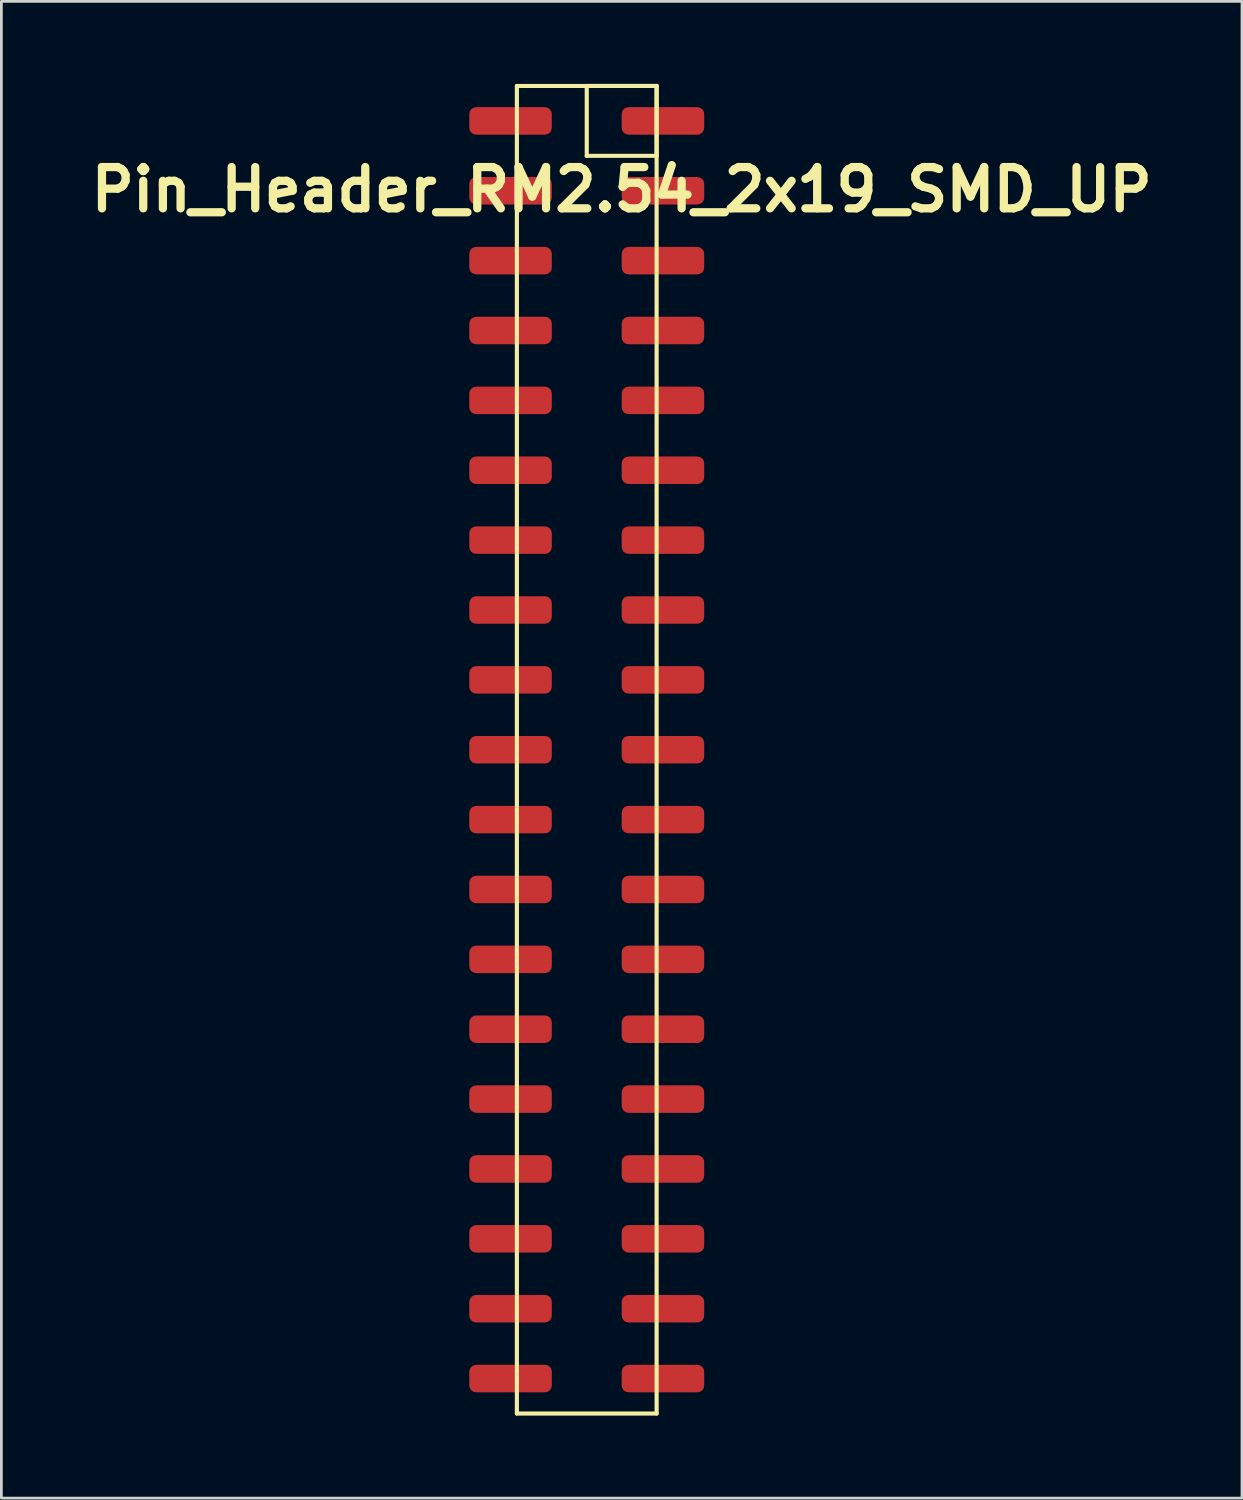
<source format=kicad_pcb>
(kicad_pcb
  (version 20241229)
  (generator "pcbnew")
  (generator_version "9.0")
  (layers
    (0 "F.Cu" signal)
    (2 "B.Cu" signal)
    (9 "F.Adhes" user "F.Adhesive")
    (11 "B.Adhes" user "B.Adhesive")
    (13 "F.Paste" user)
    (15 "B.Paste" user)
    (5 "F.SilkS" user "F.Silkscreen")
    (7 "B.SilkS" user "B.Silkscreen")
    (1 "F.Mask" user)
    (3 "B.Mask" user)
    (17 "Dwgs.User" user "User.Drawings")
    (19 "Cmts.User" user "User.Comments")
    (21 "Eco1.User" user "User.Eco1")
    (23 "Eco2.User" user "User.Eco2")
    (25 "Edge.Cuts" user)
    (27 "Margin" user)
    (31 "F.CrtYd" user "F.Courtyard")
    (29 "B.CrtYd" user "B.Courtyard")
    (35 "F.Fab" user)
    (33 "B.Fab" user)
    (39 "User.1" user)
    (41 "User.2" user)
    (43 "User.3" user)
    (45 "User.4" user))
  (footprint "Pin_Header_RM2.54_2x19_SMD_UP"
    (layer "F.Cu")
    (at 19.55 1.345)
    (property "Reference" "Pin_Header_RM2.54_2x19_SMD_UP" (at 0 2.5 0) (layer "F.SilkS") (effects (font (size 1.5 1.5) (thickness 0.3))))
    (attr through_hole)
    (fp_line (start -3.81 -1.27) (end 1.27 -1.27) (stroke (width 0.15) (type solid)) (layer "F.SilkS"))
    (fp_line (start -3.81 46.99) (end -3.81 -1.27) (stroke (width 0.15) (type solid)) (layer "F.SilkS"))
    (fp_line (start -1.27 -1.27) (end 1.27 -1.27) (stroke (width 0.15) (type solid)) (layer "F.SilkS"))
    (fp_line (start -1.27 1.27) (end -1.27 -1.27) (stroke (width 0.15) (type solid)) (layer "F.SilkS"))
    (fp_line (start 1.27 -1.27) (end 1.27 1.27) (stroke (width 0.15) (type solid)) (layer "F.SilkS"))
    (fp_line (start 1.27 -1.27) (end 1.27 46.99) (stroke (width 0.15) (type solid)) (layer "F.SilkS"))
    (fp_line (start 1.27 1.27) (end -1.27 1.27) (stroke (width 0.15) (type solid)) (layer "F.SilkS"))
    (fp_line (start 1.27 46.99) (end -3.81 46.99) (stroke (width 0.15) (type solid)) (layer "F.SilkS"))
    (pad "1" smd roundrect (at 1.5 0) (size 3 1) (layers "F.Cu" "F.Mask" "F.Paste") (roundrect_rratio 0.25))
    (pad "2" smd roundrect (at -4.04 0) (size 3 1) (layers "F.Cu" "F.Mask" "F.Paste") (roundrect_rratio 0.25))
    (pad "3" smd roundrect (at 1.5 2.54) (size 3 1) (layers "F.Cu" "F.Mask" "F.Paste") (roundrect_rratio 0.25))
    (pad "4" smd roundrect (at -4.04 2.54) (size 3 1) (layers "F.Cu" "F.Mask" "F.Paste") (roundrect_rratio 0.25))
    (pad "5" smd roundrect (at 1.5 5.08) (size 3 1) (layers "F.Cu" "F.Mask" "F.Paste") (roundrect_rratio 0.25))
    (pad "6" smd roundrect (at -4.04 5.08) (size 3 1) (layers "F.Cu" "F.Mask" "F.Paste") (roundrect_rratio 0.25))
    (pad "7" smd roundrect (at 1.5 7.62) (size 3 1) (layers "F.Cu" "F.Mask" "F.Paste") (roundrect_rratio 0.25))
    (pad "8" smd roundrect (at -4.04 7.62) (size 3 1) (layers "F.Cu" "F.Mask" "F.Paste") (roundrect_rratio 0.25))
    (pad "9" smd roundrect (at 1.5 10.16) (size 3 1) (layers "F.Cu" "F.Mask" "F.Paste") (roundrect_rratio 0.25))
    (pad "10" smd roundrect (at -4.04 10.16) (size 3 1) (layers "F.Cu" "F.Mask" "F.Paste") (roundrect_rratio 0.25))
    (pad "11" smd roundrect (at 1.5 12.7) (size 3 1) (layers "F.Cu" "F.Mask" "F.Paste") (roundrect_rratio 0.25))
    (pad "12" smd roundrect (at -4.04 12.7) (size 3 1) (layers "F.Cu" "F.Mask" "F.Paste") (roundrect_rratio 0.25))
    (pad "13" smd roundrect (at 1.5 15.24) (size 3 1) (layers "F.Cu" "F.Mask" "F.Paste") (roundrect_rratio 0.25))
    (pad "14" smd roundrect (at -4.04 15.24) (size 3 1) (layers "F.Cu" "F.Mask" "F.Paste") (roundrect_rratio 0.25))
    (pad "15" smd roundrect (at 1.5 17.78) (size 3 1) (layers "F.Cu" "F.Mask" "F.Paste") (roundrect_rratio 0.25))
    (pad "16" smd roundrect (at -4.04 17.78) (size 3 1) (layers "F.Cu" "F.Mask" "F.Paste") (roundrect_rratio 0.25))
    (pad "17" smd roundrect (at 1.5 20.32) (size 3 1) (layers "F.Cu" "F.Mask" "F.Paste") (roundrect_rratio 0.25))
    (pad "18" smd roundrect (at -4.04 20.32) (size 3 1) (layers "F.Cu" "F.Mask" "F.Paste") (roundrect_rratio 0.25))
    (pad "19" smd roundrect (at 1.5 22.86) (size 3 1) (layers "F.Cu" "F.Mask" "F.Paste") (roundrect_rratio 0.25))
    (pad "20" smd roundrect (at -4.04 22.86) (size 3 1) (layers "F.Cu" "F.Mask" "F.Paste") (roundrect_rratio 0.25))
    (pad "21" smd roundrect (at 1.5 25.4) (size 3 1) (layers "F.Cu" "F.Mask" "F.Paste") (roundrect_rratio 0.25))
    (pad "22" smd roundrect (at -4.04 25.4) (size 3 1) (layers "F.Cu" "F.Mask" "F.Paste") (roundrect_rratio 0.25))
    (pad "23" smd roundrect (at 1.5 27.94) (size 3 1) (layers "F.Cu" "F.Mask" "F.Paste") (roundrect_rratio 0.25))
    (pad "24" smd roundrect (at -4.04 27.94) (size 3 1) (layers "F.Cu" "F.Mask" "F.Paste") (roundrect_rratio 0.25))
    (pad "25" smd roundrect (at 1.5 30.48) (size 3 1) (layers "F.Cu" "F.Mask" "F.Paste") (roundrect_rratio 0.25))
    (pad "26" smd roundrect (at -4.04 30.48) (size 3 1) (layers "F.Cu" "F.Mask" "F.Paste") (roundrect_rratio 0.25))
    (pad "27" smd roundrect (at 1.5 33.02) (size 3 1) (layers "F.Cu" "F.Mask" "F.Paste") (roundrect_rratio 0.25))
    (pad "28" smd roundrect (at -4.04 33.02) (size 3 1) (layers "F.Cu" "F.Mask" "F.Paste") (roundrect_rratio 0.25))
    (pad "29" smd roundrect (at 1.5 35.56) (size 3 1) (layers "F.Cu" "F.Mask" "F.Paste") (roundrect_rratio 0.25))
    (pad "30" smd roundrect (at -4.04 35.56) (size 3 1) (layers "F.Cu" "F.Mask" "F.Paste") (roundrect_rratio 0.25))
    (pad "31" smd roundrect (at 1.5 38.1) (size 3 1) (layers "F.Cu" "F.Mask" "F.Paste") (roundrect_rratio 0.25))
    (pad "32" smd roundrect (at -4.04 38.1) (size 3 1) (layers "F.Cu" "F.Mask" "F.Paste") (roundrect_rratio 0.25))
    (pad "33" smd roundrect (at 1.5 40.64) (size 3 1) (layers "F.Cu" "F.Mask" "F.Paste") (roundrect_rratio 0.25))
    (pad "34" smd roundrect (at -4.04 40.64) (size 3 1) (layers "F.Cu" "F.Mask" "F.Paste") (roundrect_rratio 0.25))
    (pad "35" smd roundrect (at 1.5 43.18) (size 3 1) (layers "F.Cu" "F.Mask" "F.Paste") (roundrect_rratio 0.25))
    (pad "36" smd roundrect (at -4.04 43.18) (size 3 1) (layers "F.Cu" "F.Mask" "F.Paste") (roundrect_rratio 0.25))
    (pad "37" smd roundrect (at 1.5 45.72) (size 3 1) (layers "F.Cu" "F.Mask" "F.Paste") (roundrect_rratio 0.25))
    (pad "38" smd roundrect (at -4.04 45.72) (size 3 1) (layers "F.Cu" "F.Mask" "F.Paste") (roundrect_rratio 0.25)))
  (gr_rect
    (start -3 -3)
    (end 42.1 51.41)
    (stroke (width 0.1) (type default))
    (fill no)
    (layer "Edge.Cuts")))
</source>
